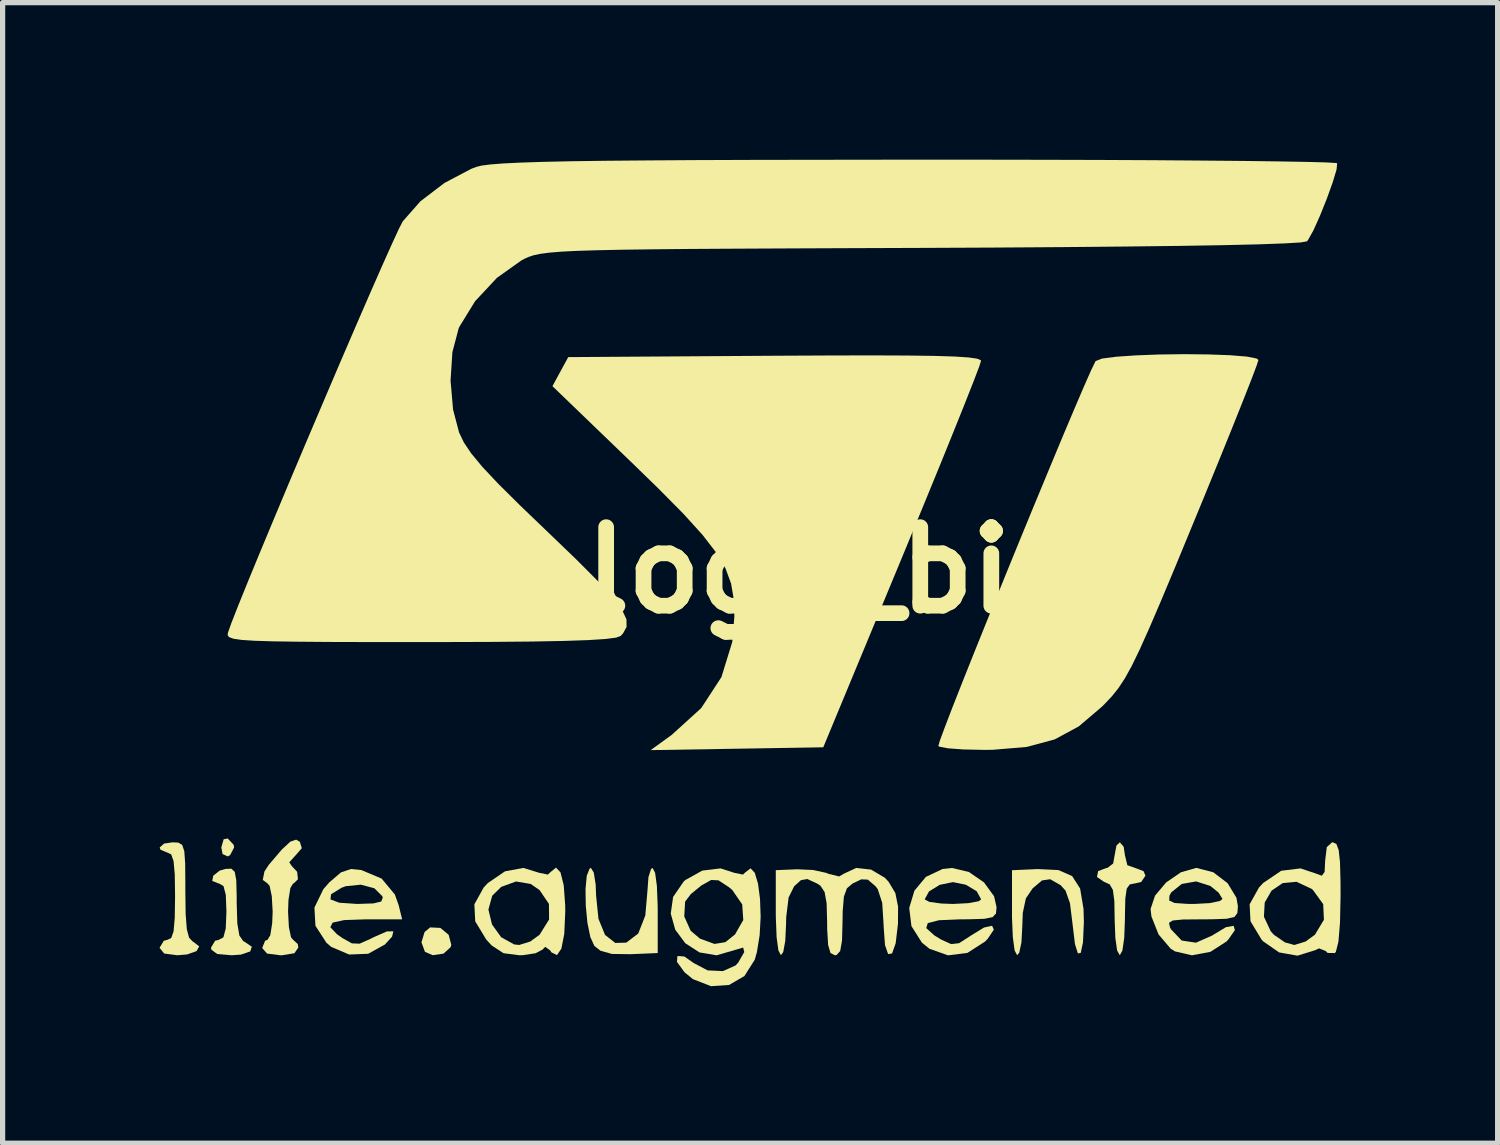
<source format=kicad_pcb>
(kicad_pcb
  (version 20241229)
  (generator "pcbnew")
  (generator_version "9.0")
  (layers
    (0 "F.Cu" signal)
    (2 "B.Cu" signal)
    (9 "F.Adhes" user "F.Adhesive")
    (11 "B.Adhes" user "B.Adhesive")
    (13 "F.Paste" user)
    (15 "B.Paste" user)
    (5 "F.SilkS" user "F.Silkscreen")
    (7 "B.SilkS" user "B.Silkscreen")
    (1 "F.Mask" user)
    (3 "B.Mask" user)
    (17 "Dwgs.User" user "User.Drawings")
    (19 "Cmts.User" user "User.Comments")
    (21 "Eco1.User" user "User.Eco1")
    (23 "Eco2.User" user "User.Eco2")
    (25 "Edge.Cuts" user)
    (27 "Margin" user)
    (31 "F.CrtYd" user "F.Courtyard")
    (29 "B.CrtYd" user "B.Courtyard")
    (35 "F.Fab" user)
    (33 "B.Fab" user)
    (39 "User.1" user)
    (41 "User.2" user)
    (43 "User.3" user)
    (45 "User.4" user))
  (footprint "st_logo_big"
    (layer "F.Cu")
    (at 11.278 7.841)
    (property "Reference" "st_logo_big" (at 0 0 0) (layer "F.SilkS") (effects (font (size 1.5 1.5) (thickness 0.3))))
    (attr board_only exclude_from_pos_files exclude_from_bom)
    (fp_poly (pts (xy -9.865 5.245) (xy -9.856 5.296) (xy -9.933 5.443) (xy -9.979 5.467) (xy -10.077 5.422) (xy -10.101 5.296) (xy -10.056 5.14) (xy -9.979 5.124)) (stroke (width 0) (type solid)) (fill yes) (layer "F.SilkS"))
    (fp_poly (pts (xy -5.916 6.833) (xy -5.758 6.965) (xy -5.708 7.154) (xy -5.721 7.201) (xy -5.856 7.324) (xy -6.062 7.354) (xy -6.211 7.29) (xy -6.278 7.108) (xy -6.218 6.911) (xy -6.112 6.823)) (stroke (width 0) (type solid)) (fill yes) (layer "F.SilkS"))
    (fp_poly (pts (xy -9.845 5.761) (xy -9.815 5.922) (xy -9.807 6.225) (xy -9.807 6.357) (xy -9.795 6.747) (xy -9.756 6.978) (xy -9.681 7.086) (xy -9.66 7.096) (xy -9.518 7.192) (xy -9.548 7.282) (xy -9.728 7.343) (xy -9.905 7.355) (xy -10.178 7.331) (xy -10.29 7.25) (xy -10.297 7.208) (xy -10.219 7.078) (xy -10.15 7.061) (xy -10.061 7.013) (xy -10.016 6.843) (xy -10.003 6.522) (xy -10.015 6.201) (xy -10.059 6.034) (xy -10.146 5.983) (xy -10.158 5.982) (xy -10.274 5.936) (xy -10.255 5.836) (xy -10.133 5.739) (xy -10.02 5.706) (xy -9.908 5.702)) (stroke (width 0) (type solid)) (fill yes) (layer "F.SilkS"))
    (fp_poly (pts (xy -1.815 5.78) (xy -1.781 6.032) (xy -1.766 6.409) (xy -1.765 6.501) (xy -1.765 7.313) (xy -2.289 7.335) (xy -2.64 7.33) (xy -2.859 7.269) (xy -2.975 7.177) (xy -3.052 7.008) (xy -3.108 6.734) (xy -3.139 6.409) (xy -3.144 6.091) (xy -3.12 5.835) (xy -3.065 5.698) (xy -3.04 5.688) (xy -2.986 5.777) (xy -2.95 6.005) (xy -2.942 6.217) (xy -2.897 6.659) (xy -2.771 6.967) (xy -2.576 7.12) (xy -2.366 7.114) (xy -2.137 6.94) (xy -2.002 6.595) (xy -1.961 6.123) (xy -1.942 5.862) (xy -1.892 5.707) (xy -1.863 5.688)) (stroke (width 0) (type solid)) (fill yes) (layer "F.SilkS"))
    (fp_poly (pts (xy 5.889 5.728) (xy 6.151 5.843) (xy 6.303 6.081) (xy 6.368 6.469) (xy 6.375 6.718) (xy 6.358 7.106) (xy 6.316 7.308) (xy 6.261 7.321) (xy 6.205 7.143) (xy 6.16 6.773) (xy 6.158 6.754) (xy 6.109 6.36) (xy 6.024 6.12) (xy 5.932 6.018) (xy 5.732 5.903) (xy 5.575 5.926) (xy 5.394 6.08) (xy 5.267 6.269) (xy 5.208 6.545) (xy 5.198 6.816) (xy 5.182 7.111) (xy 5.14 7.307) (xy 5.1 7.355) (xy 5.052 7.263) (xy 5.018 7.011) (xy 5.002 6.634) (xy 5.002 6.543) (xy 5.002 5.731) (xy 5.492 5.709)) (stroke (width 0) (type solid)) (fill yes) (layer "F.SilkS"))
    (fp_poly (pts (xy -10.919 5.204) (xy -10.847 5.249) (xy -10.808 5.368) (xy -10.791 5.599) (xy -10.788 5.978) (xy -10.788 6.119) (xy -10.782 6.568) (xy -10.76 6.856) (xy -10.716 7.02) (xy -10.646 7.094) (xy -10.634 7.099) (xy -10.523 7.186) (xy -10.574 7.276) (xy -10.755 7.34) (xy -10.941 7.355) (xy -11.192 7.322) (xy -11.278 7.217) (xy -11.278 7.208) (xy -11.199 7.078) (xy -11.131 7.061) (xy -11.057 7.025) (xy -11.012 6.896) (xy -10.99 6.638) (xy -10.984 6.227) (xy -10.99 5.811) (xy -11.013 5.556) (xy -11.058 5.428) (xy -11.131 5.394) (xy -11.261 5.341) (xy -11.278 5.296) (xy -11.194 5.222) (xy -11.033 5.198)) (stroke (width 0) (type solid)) (fill yes) (layer "F.SilkS"))
    (fp_poly (pts (xy 7.135 5.282) (xy 7.159 5.443) (xy 7.205 5.635) (xy 7.355 5.688) (xy 7.515 5.749) (xy 7.551 5.835) (xy 7.47 5.955) (xy 7.355 5.982) (xy 7.252 6.001) (xy 7.193 6.084) (xy 7.166 6.275) (xy 7.159 6.614) (xy 7.159 6.669) (xy 7.146 7.021) (xy 7.111 7.264) (xy 7.061 7.355) (xy 7.061 7.355) (xy 7.01 7.265) (xy 6.976 7.023) (xy 6.963 6.68) (xy 6.957 6.319) (xy 6.929 6.108) (xy 6.868 6.001) (xy 6.759 5.952) (xy 6.757 5.951) (xy 6.625 5.86) (xy 6.647 5.748) (xy 6.805 5.688) (xy 6.822 5.688) (xy 6.934 5.603) (xy 6.963 5.443) (xy 6.997 5.259) (xy 7.061 5.198)) (stroke (width 0) (type solid)) (fill yes) (layer "F.SilkS"))
    (fp_poly (pts (xy -8.601 5.188) (xy -8.563 5.31) (xy -8.684 5.449) (xy -8.803 5.58) (xy -8.753 5.653) (xy -8.652 5.761) (xy -8.637 5.903) (xy -8.716 5.982) (xy -8.728 5.982) (xy -8.782 6.071) (xy -8.818 6.3) (xy -8.826 6.522) (xy -8.81 6.817) (xy -8.769 7.013) (xy -8.728 7.061) (xy -8.641 7.14) (xy -8.63 7.208) (xy -8.705 7.317) (xy -8.942 7.355) (xy -8.973 7.355) (xy -9.227 7.323) (xy -9.316 7.222) (xy -9.317 7.208) (xy -9.264 7.078) (xy -9.219 7.061) (xy -9.165 6.972) (xy -9.129 6.744) (xy -9.12 6.522) (xy -9.137 6.226) (xy -9.178 6.03) (xy -9.219 5.982) (xy -9.309 5.916) (xy -9.277 5.755) (xy -9.194 5.628) (xy -8.946 5.337) (xy -8.781 5.184) (xy -8.671 5.147)) (stroke (width 0) (type solid)) (fill yes) (layer "F.SilkS"))
    (fp_poly (pts (xy 3.003 -4.1) (xy 3.525 -4.093) (xy 3.912 -4.081) (xy 4.177 -4.063) (xy 4.336 -4.04) (xy 4.405 -4.011) (xy 4.41 -3.997) (xy 4.373 -3.882) (xy 4.268 -3.606) (xy 4.104 -3.19) (xy 3.888 -2.652) (xy 3.629 -2.013) (xy 3.334 -1.293) (xy 3.012 -0.512) (xy 2.902 -0.245) (xy 1.397 3.383) (xy -0.251 3.41) (xy -1.9 3.437) (xy -1.499 3.147) (xy -0.934 2.634) (xy -0.548 2.042) (xy -0.341 1.37) (xy -0.301 0.883) (xy -0.313 0.552) (xy -0.364 0.255) (xy -0.47 -0.033) (xy -0.646 -0.334) (xy -0.909 -0.674) (xy -1.274 -1.077) (xy -1.758 -1.566) (xy -2.232 -2.027) (xy -3.776 -3.515) (xy -3.625 -3.793) (xy -3.474 -4.07) (xy 0.47 -4.096) (xy 1.49 -4.101) (xy 2.33 -4.103)) (stroke (width 0) (type solid)) (fill yes) (layer "F.SilkS"))
    (fp_poly (pts (xy -7.425 5.728) (xy -7.038 5.891) (xy -6.786 6.194) (xy -6.713 6.399) (xy -6.647 6.669) (xy -7.345 6.669) (xy -7.753 6.683) (xy -7.975 6.732) (xy -8.018 6.82) (xy -7.891 6.954) (xy -7.787 7.027) (xy -7.607 7.128) (xy -7.459 7.134) (xy -7.25 7.041) (xy -7.198 7.014) (xy -6.939 6.9) (xy -6.815 6.898) (xy -6.839 7) (xy -6.975 7.149) (xy -7.296 7.327) (xy -7.659 7.341) (xy -8 7.196) (xy -8.095 7.114) (xy -8.303 6.792) (xy -8.322 6.444) (xy -8.246 6.288) (xy -8.016 6.288) (xy -7.847 6.352) (xy -7.505 6.375) (xy -7.196 6.365) (xy -7.046 6.329) (xy -7.017 6.255) (xy -7.026 6.227) (xy -7.177 6.076) (xy -7.435 6.007) (xy -7.723 6.036) (xy -7.804 6.066) (xy -8.004 6.19) (xy -8.016 6.288) (xy -8.246 6.288) (xy -8.152 6.094) (xy -8.038 5.963) (xy -7.815 5.772) (xy -7.623 5.708)) (stroke (width 0) (type solid)) (fill yes) (layer "F.SilkS"))
    (fp_poly (pts (xy -3.622 5.772) (xy -3.56 6.02) (xy -3.532 6.408) (xy -3.531 6.522) (xy -3.55 6.947) (xy -3.605 7.229) (xy -3.689 7.352) (xy -3.795 7.3) (xy -3.823 7.259) (xy -3.914 7.194) (xy -3.965 7.247) (xy -4.099 7.317) (xy -4.344 7.354) (xy -4.41 7.355) (xy -4.71 7.316) (xy -4.938 7.167) (xy -5.042 7.053) (xy -5.251 6.707) (xy -5.262 6.482) (xy -4.999 6.482) (xy -4.93 6.767) (xy -4.755 7.011) (xy -4.508 7.148) (xy -4.413 7.159) (xy -4.2 7.093) (xy -4.021 6.963) (xy -3.84 6.672) (xy -3.843 6.374) (xy -4.022 6.11) (xy -4.192 5.993) (xy -4.471 5.946) (xy -4.754 6.049) (xy -4.926 6.218) (xy -4.999 6.482) (xy -5.262 6.482) (xy -5.267 6.382) (xy -5.09 6.062) (xy -5.009 5.975) (xy -4.682 5.752) (xy -4.332 5.687) (xy -4.023 5.782) (xy -3.864 5.814) (xy -3.814 5.768) (xy -3.708 5.681)) (stroke (width 0) (type solid)) (fill yes) (layer "F.SilkS"))
    (fp_poly (pts (xy 4.179 5.765) (xy 4.467 5.963) (xy 4.66 6.229) (xy 4.707 6.437) (xy 4.696 6.558) (xy 4.632 6.627) (xy 4.475 6.659) (xy 4.182 6.668) (xy 4.013 6.669) (xy 3.608 6.686) (xy 3.393 6.741) (xy 3.364 6.836) (xy 3.519 6.976) (xy 3.656 7.059) (xy 3.84 7.142) (xy 3.991 7.125) (xy 4.195 6.994) (xy 4.217 6.979) (xy 4.467 6.826) (xy 4.622 6.792) (xy 4.655 6.866) (xy 4.541 7.037) (xy 4.488 7.093) (xy 4.151 7.31) (xy 3.78 7.357) (xy 3.425 7.231) (xy 3.281 7.114) (xy 3.081 6.798) (xy 3.039 6.451) (xy 3.088 6.288) (xy 3.334 6.288) (xy 3.423 6.336) (xy 3.652 6.367) (xy 3.874 6.375) (xy 4.169 6.36) (xy 4.365 6.324) (xy 4.413 6.288) (xy 4.328 6.133) (xy 4.121 6.008) (xy 3.874 5.958) (xy 3.621 6.01) (xy 3.416 6.137) (xy 3.334 6.288) (xy 3.088 6.288) (xy 3.138 6.122) (xy 3.357 5.858) (xy 3.677 5.707) (xy 3.856 5.688)) (stroke (width 0) (type solid)) (fill yes) (layer "F.SilkS"))
    (fp_poly (pts (xy 11.198 5.229) (xy 11.242 5.345) (xy 11.267 5.578) (xy 11.277 5.958) (xy 11.278 6.222) (xy 11.267 6.735) (xy 11.237 7.097) (xy 11.188 7.29) (xy 11.169 7.313) (xy 11.03 7.311) (xy 10.995 7.275) (xy 10.868 7.224) (xy 10.785 7.261) (xy 10.455 7.363) (xy 10.104 7.301) (xy 9.796 7.087) (xy 9.767 7.053) (xy 9.558 6.707) (xy 9.553 6.619) (xy 9.814 6.619) (xy 9.944 6.897) (xy 10.003 6.963) (xy 10.217 7.11) (xy 10.395 7.159) (xy 10.609 7.093) (xy 10.788 6.963) (xy 10.96 6.677) (xy 10.946 6.379) (xy 10.749 6.107) (xy 10.723 6.086) (xy 10.437 5.952) (xy 10.172 5.977) (xy 9.959 6.122) (xy 9.829 6.348) (xy 9.814 6.619) (xy 9.553 6.619) (xy 9.541 6.382) (xy 9.719 6.062) (xy 9.799 5.975) (xy 10.145 5.741) (xy 10.513 5.696) (xy 10.794 5.79) (xy 10.92 5.836) (xy 10.973 5.764) (xy 10.984 5.544) (xy 11.015 5.289) (xy 11.115 5.199) (xy 11.131 5.198)) (stroke (width 0) (type solid)) (fill yes) (layer "F.SilkS"))
    (fp_poly (pts (xy 8.846 5.77) (xy 9.12 5.978) (xy 9.289 6.257) (xy 9.317 6.419) (xy 9.307 6.549) (xy 9.25 6.624) (xy 9.103 6.658) (xy 8.823 6.668) (xy 8.627 6.669) (xy 8.27 6.672) (xy 8.073 6.691) (xy 8.001 6.736) (xy 8.018 6.818) (xy 8.038 6.858) (xy 8.243 7.074) (xy 8.516 7.115) (xy 8.826 6.978) (xy 8.842 6.967) (xy 9.088 6.819) (xy 9.236 6.793) (xy 9.259 6.876) (xy 9.134 7.055) (xy 9.098 7.093) (xy 8.791 7.29) (xy 8.438 7.356) (xy 8.114 7.281) (xy 8.033 7.23) (xy 7.801 6.957) (xy 7.665 6.613) (xy 7.649 6.471) (xy 7.703 6.31) (xy 8.005 6.31) (xy 8.107 6.357) (xy 8.353 6.374) (xy 8.486 6.375) (xy 8.781 6.359) (xy 8.975 6.318) (xy 9.022 6.279) (xy 8.949 6.16) (xy 8.79 6.031) (xy 8.52 5.945) (xy 8.245 5.993) (xy 8.043 6.154) (xy 8.009 6.22) (xy 8.005 6.31) (xy 7.703 6.31) (xy 7.734 6.216) (xy 7.947 5.964) (xy 8.229 5.77) (xy 8.517 5.688) (xy 8.529 5.688)) (stroke (width 0) (type solid)) (fill yes) (layer "F.SilkS"))
    (fp_poly (pts (xy 8.754 -4.121) (xy 9.166 -4.106) (xy 9.487 -4.08) (xy 9.676 -4.043) (xy 9.709 -4.015) (xy 9.673 -3.903) (xy 9.57 -3.631) (xy 9.409 -3.222) (xy 9.2 -2.699) (xy 8.95 -2.082) (xy 8.669 -1.394) (xy 8.466 -0.902) (xy 8.126 -0.078) (xy 7.848 0.586) (xy 7.623 1.11) (xy 7.44 1.518) (xy 7.289 1.829) (xy 7.158 2.066) (xy 7.037 2.25) (xy 6.915 2.403) (xy 6.782 2.545) (xy 6.719 2.608) (xy 6.277 2.984) (xy 5.816 3.233) (xy 5.284 3.376) (xy 4.631 3.431) (xy 4.45 3.432) (xy 4.072 3.424) (xy 3.777 3.402) (xy 3.612 3.37) (xy 3.595 3.359) (xy 3.623 3.259) (xy 3.718 3.002) (xy 3.868 2.611) (xy 4.066 2.109) (xy 4.301 1.52) (xy 4.564 0.868) (xy 4.845 0.176) (xy 5.134 -0.533) (xy 5.423 -1.235) (xy 5.701 -1.906) (xy 5.958 -2.524) (xy 6.186 -3.064) (xy 6.374 -3.503) (xy 6.513 -3.818) (xy 6.594 -3.985) (xy 6.601 -3.996) (xy 6.721 -4.042) (xy 6.99 -4.077) (xy 7.368 -4.103) (xy 7.815 -4.12) (xy 8.29 -4.126)) (stroke (width 0) (type solid)) (fill yes) (layer "F.SilkS"))
    (fp_poly (pts (xy 2.31 5.719) (xy 2.574 5.875) (xy 2.645 5.952) (xy 2.774 6.167) (xy 2.826 6.427) (xy 2.824 6.753) (xy 2.78 7.127) (xy 2.711 7.321) (xy 2.636 7.333) (xy 2.576 7.161) (xy 2.55 6.802) (xy 2.55 6.782) (xy 2.523 6.354) (xy 2.438 6.093) (xy 2.396 6.038) (xy 2.249 5.911) (xy 2.124 5.905) (xy 1.955 5.986) (xy 1.849 6.076) (xy 1.791 6.236) (xy 1.768 6.516) (xy 1.765 6.721) (xy 1.755 7.078) (xy 1.72 7.275) (xy 1.651 7.351) (xy 1.618 7.355) (xy 1.535 7.312) (xy 1.49 7.16) (xy 1.472 6.861) (xy 1.471 6.721) (xy 1.461 6.361) (xy 1.422 6.146) (xy 1.342 6.026) (xy 1.281 5.986) (xy 1.092 5.899) (xy 0.97 5.921) (xy 0.841 6.038) (xy 0.735 6.251) (xy 0.689 6.628) (xy 0.686 6.774) (xy 0.671 7.084) (xy 0.632 7.295) (xy 0.588 7.355) (xy 0.54 7.263) (xy 0.506 7.011) (xy 0.491 6.634) (xy 0.49 6.542) (xy 0.49 5.73) (xy 0.898 5.713) (xy 1.205 5.727) (xy 1.456 5.782) (xy 1.497 5.8) (xy 1.7 5.85) (xy 1.795 5.795) (xy 2.026 5.688)) (stroke (width 0) (type solid)) (fill yes) (layer "F.SilkS"))
    (fp_poly (pts (xy 0.089 5.781) (xy 0.151 5.988) (xy 0.189 6.28) (xy 0.201 6.621) (xy 0.182 6.972) (xy 0.129 7.297) (xy 0.088 7.441) (xy -0.109 7.752) (xy -0.403 7.923) (xy -0.747 7.946) (xy -1.093 7.811) (xy -1.252 7.681) (xy -1.398 7.481) (xy -1.388 7.369) (xy -1.256 7.379) (xy -1.076 7.505) (xy -0.812 7.644) (xy -0.519 7.658) (xy -0.277 7.549) (xy -0.228 7.496) (xy -0.112 7.294) (xy -0.133 7.208) (xy -0.286 7.253) (xy -0.288 7.254) (xy -0.641 7.356) (xy -0.967 7.301) (xy -1.238 7.126) (xy -1.43 6.867) (xy -1.501 6.614) (xy -1.258 6.614) (xy -1.136 6.887) (xy -0.958 7.038) (xy -0.68 7.139) (xy -0.473 7.105) (xy -0.288 6.957) (xy -0.131 6.682) (xy -0.151 6.384) (xy -0.342 6.107) (xy -0.411 6.051) (xy -0.604 5.924) (xy -0.744 5.917) (xy -0.931 6.022) (xy -0.931 6.022) (xy -1.131 6.185) (xy -1.242 6.331) (xy -1.258 6.614) (xy -1.501 6.614) (xy -1.516 6.56) (xy -1.471 6.241) (xy -1.269 5.947) (xy -1.24 5.92) (xy -0.914 5.738) (xy -0.565 5.696) (xy -0.297 5.782) (xy -0.137 5.814) (xy -0.087 5.768) (xy 0.009 5.695)) (stroke (width 0) (type solid)) (fill yes) (layer "F.SilkS"))
    (fp_poly (pts (xy 4.393 -7.841) (xy 5.571 -7.839) (xy 6.678 -7.836) (xy 7.699 -7.831) (xy 8.618 -7.824) (xy 9.421 -7.817) (xy 10.095 -7.808) (xy 10.623 -7.799) (xy 10.991 -7.789) (xy 11.186 -7.778) (xy 11.213 -7.772) (xy 11.201 -7.651) (xy 11.127 -7.406) (xy 11.015 -7.095) (xy 10.885 -6.771) (xy 10.759 -6.49) (xy 10.657 -6.308) (xy 10.635 -6.281) (xy 10.517 -6.26) (xy 10.207 -6.242) (xy 9.712 -6.224) (xy 9.035 -6.208) (xy 8.183 -6.194) (xy 7.159 -6.182) (xy 5.969 -6.171) (xy 4.619 -6.162) (xy 3.283 -6.156) (xy 1.918 -6.151) (xy 0.735 -6.146) (xy -0.28 -6.141) (xy -1.14 -6.136) (xy -1.86 -6.129) (xy -2.453 -6.121) (xy -2.933 -6.111) (xy -3.314 -6.099) (xy -3.61 -6.084) (xy -3.836 -6.065) (xy -4.004 -6.043) (xy -4.129 -6.017) (xy -4.224 -5.986) (xy -4.304 -5.951) (xy -4.373 -5.914) (xy -4.836 -5.584) (xy -5.253 -5.138) (xy -5.552 -4.652) (xy -5.568 -4.616) (xy -5.687 -4.165) (xy -5.722 -3.62) (xy -5.674 -3.067) (xy -5.559 -2.63) (xy -5.469 -2.442) (xy -5.327 -2.23) (xy -5.114 -1.973) (xy -4.811 -1.651) (xy -4.398 -1.241) (xy -3.868 -0.732) (xy -3.325 -0.21) (xy -2.916 0.2) (xy -2.628 0.516) (xy -2.447 0.756) (xy -2.362 0.939) (xy -2.36 1.083) (xy -2.427 1.207) (xy -2.471 1.255) (xy -2.559 1.288) (xy -2.759 1.314) (xy -3.085 1.335) (xy -3.55 1.351) (xy -4.166 1.363) (xy -4.948 1.37) (xy -5.908 1.373) (xy -6.308 1.373) (xy -7.26 1.373) (xy -8.034 1.371) (xy -8.649 1.366) (xy -9.121 1.359) (xy -9.469 1.348) (xy -9.711 1.332) (xy -9.864 1.31) (xy -9.948 1.281) (xy -9.979 1.246) (xy -9.976 1.202) (xy -9.976 1.201) (xy -9.91 1.013) (xy -9.777 0.674) (xy -9.588 0.207) (xy -9.353 -0.363) (xy -9.082 -1.013) (xy -8.786 -1.72) (xy -8.474 -2.458) (xy -8.156 -3.205) (xy -7.844 -3.937) (xy -7.546 -4.629) (xy -7.273 -5.258) (xy -7.035 -5.8) (xy -6.842 -6.231) (xy -6.705 -6.528) (xy -6.635 -6.663) (xy -6.298 -7.046) (xy -5.838 -7.397) (xy -5.327 -7.666) (xy -5.227 -7.704) (xy -5.125 -7.729) (xy -4.96 -7.75) (xy -4.719 -7.769) (xy -4.39 -7.785) (xy -3.963 -7.799) (xy -3.424 -7.811) (xy -2.763 -7.82) (xy -1.968 -7.827) (xy -1.026 -7.833) (xy 0.073 -7.837) (xy 1.343 -7.839) (xy 2.794 -7.841) (xy 3.157 -7.841)) (stroke (width 0) (type solid)) (fill yes) (layer "F.SilkS")))
  (gr_rect
    (start -3 -3)
    (end 25.556 18.787)
    (stroke (width 0.1) (type default))
    (fill no)
    (layer "Edge.Cuts")))
</source>
